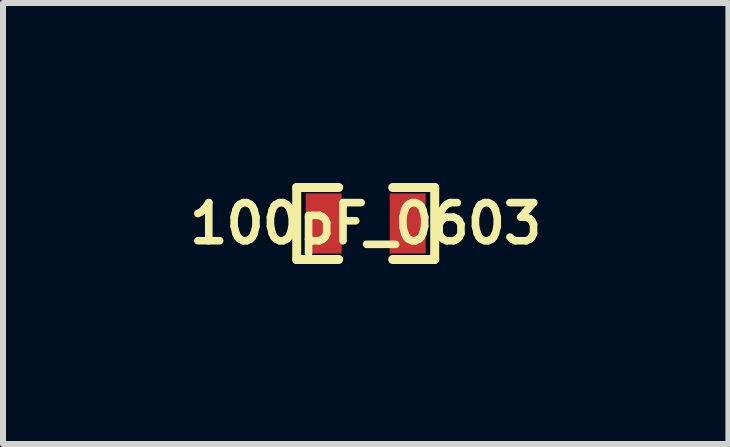
<source format=kicad_pcb>
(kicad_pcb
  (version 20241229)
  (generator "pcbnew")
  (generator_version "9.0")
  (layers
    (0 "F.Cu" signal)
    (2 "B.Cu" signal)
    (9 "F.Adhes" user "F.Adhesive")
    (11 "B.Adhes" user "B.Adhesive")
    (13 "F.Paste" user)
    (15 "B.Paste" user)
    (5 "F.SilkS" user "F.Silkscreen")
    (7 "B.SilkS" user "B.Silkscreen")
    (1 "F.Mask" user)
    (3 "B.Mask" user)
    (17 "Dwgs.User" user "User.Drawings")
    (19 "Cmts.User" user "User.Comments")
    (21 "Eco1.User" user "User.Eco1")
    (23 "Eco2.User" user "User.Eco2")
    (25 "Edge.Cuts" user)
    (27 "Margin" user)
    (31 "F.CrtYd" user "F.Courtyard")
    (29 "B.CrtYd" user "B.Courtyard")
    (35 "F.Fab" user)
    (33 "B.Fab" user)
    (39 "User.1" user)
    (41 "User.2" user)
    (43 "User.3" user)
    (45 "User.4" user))
  (footprint "100pF_0603"
    (layer "F.Cu")
    (at 3.045 0.675)
    (property "Reference" "100pF_0603" (at 0 0 0) (layer "F.SilkS") (effects (font (size 0.635 0.635) (thickness 0.127))))
    (attr smd)
    (fp_line (start -1.15 -0.6) (end -1.15 0.6) (stroke (width 0.15) (type solid)) (layer "F.SilkS"))
    (fp_line (start -1.15 0.6) (end -0.45 0.6) (stroke (width 0.15) (type solid)) (layer "F.SilkS"))
    (fp_line (start -0.45 -0.6) (end -1.15 -0.6) (stroke (width 0.15) (type solid)) (layer "F.SilkS"))
    (fp_line (start 0.45 -0.6) (end 1.15 -0.6) (stroke (width 0.15) (type solid)) (layer "F.SilkS"))
    (fp_line (start 1.15 -0.6) (end 1.15 0.6) (stroke (width 0.15) (type solid)) (layer "F.SilkS"))
    (fp_line (start 1.15 0.6) (end 0.45 0.6) (stroke (width 0.15) (type solid)) (layer "F.SilkS"))
    (pad "1" smd rect (at -0.7 0) (size 0.6 1) (layers "F.Cu" "F.Mask" "F.Paste"))
    (pad "2" smd rect (at 0.7 0) (size 0.6 1) (layers "F.Cu" "F.Mask" "F.Paste")))
  (gr_rect
    (start -3 -3)
    (end 9.09 4.35)
    (stroke (width 0.1) (type default))
    (fill no)
    (layer "Edge.Cuts")))
</source>
